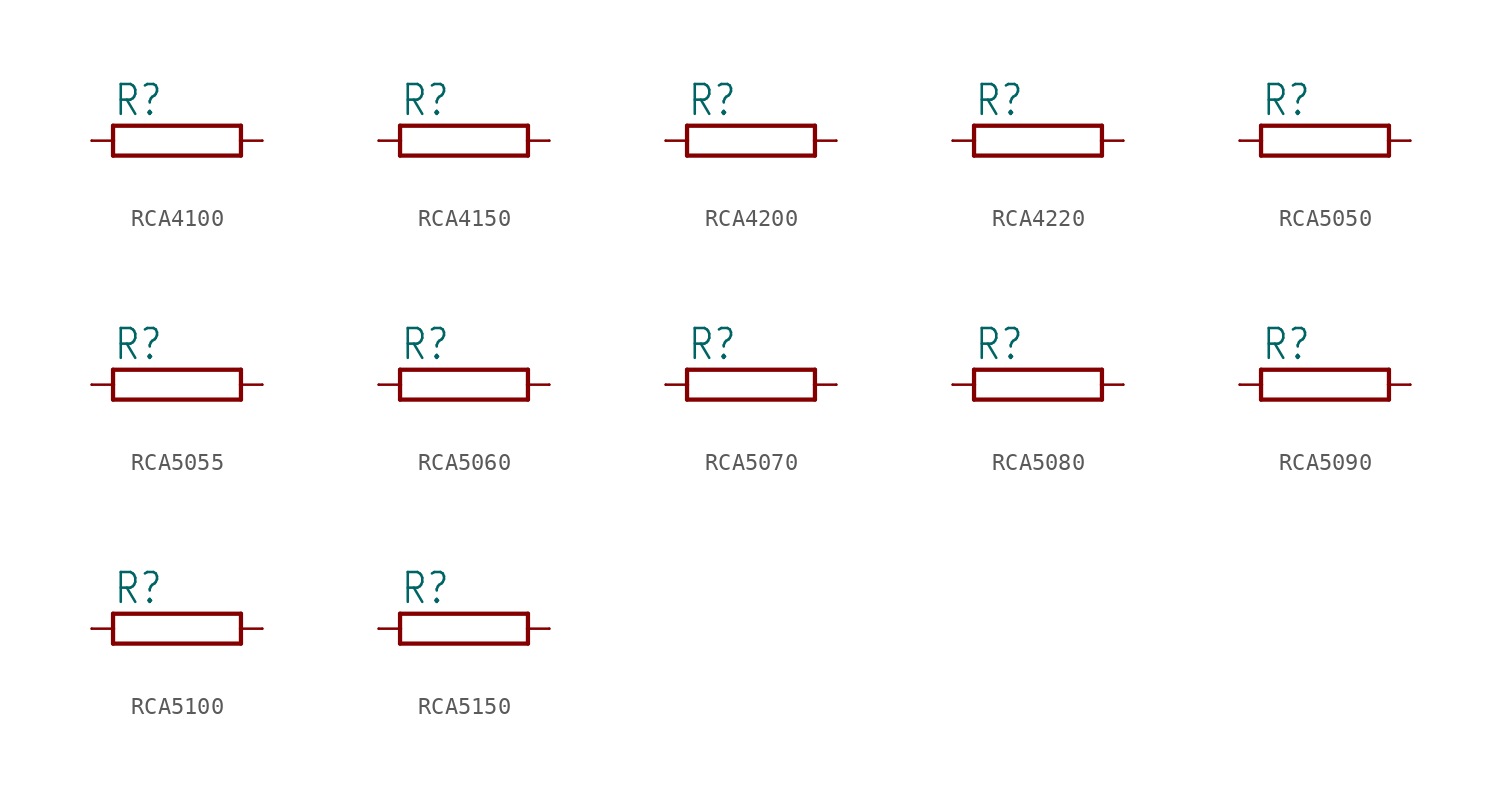
<source format=kicad_sym>
(kicad_symbol_lib
  (version 20220914)
  (generator kicad_symbol_editor)
  (symbol "RCA4100"
    (property "Reference" "R"
      (at -3.81 1.372 0)
      (effects (font (size 1.778 1.511)) (justify left bottom)))
    (property "Value" ""
      (at -3.81 -2.921 0)
      (effects (font (size 1.778 1.511)) (justify left bottom)))
    (property "ki_locked" ""
      (at 0 0 0)
      (effects (font (size 1.27 1.27))))
    (symbol "RCA4100_1_0"
      (polyline (pts (xy -5.08 0) (xy -3.81 0)) (stroke (width 0.152) (type solid)) (fill (type none)))
      (polyline (pts (xy -3.81 -0.889) (xy -3.81 0)) (stroke (width 0.254) (type solid)) (fill (type none)))
      (polyline (pts (xy -3.81 -0.889) (xy 3.81 -0.889)) (stroke (width 0.254) (type solid)) (fill (type none)))
      (polyline (pts (xy -3.81 0) (xy -3.81 0.889)) (stroke (width 0.254) (type solid)) (fill (type none)))
      (polyline (pts (xy 3.81 -0.889) (xy 3.81 0)) (stroke (width 0.254) (type solid)) (fill (type none)))
      (polyline (pts (xy 3.81 0) (xy 3.81 0.889)) (stroke (width 0.254) (type solid)) (fill (type none)))
      (polyline (pts (xy 3.81 0) (xy 5.08 0)) (stroke (width 0.152) (type solid)) (fill (type none)))
      (polyline (pts (xy 3.81 0.889) (xy -3.81 0.889)) (stroke (width 0.254) (type solid)) (fill (type none)))
      (pin passive line (at -5.08 0 0) (length 0) (name "1" (effects (font (size 0 0)))) (number "1" (effects (font (size 0 0)))))
      (pin passive line (at 5.08 0 180) (length 0) (name "2" (effects (font (size 0 0)))) (number "2" (effects (font (size 0 0)))))))
  (symbol "RCA4150"
    (property "Reference" "R"
      (at -3.81 1.372 0)
      (effects (font (size 1.778 1.511)) (justify left bottom)))
    (property "Value" ""
      (at -3.81 -2.921 0)
      (effects (font (size 1.778 1.511)) (justify left bottom)))
    (property "ki_locked" ""
      (at 0 0 0)
      (effects (font (size 1.27 1.27))))
    (symbol "RCA4150_1_0"
      (polyline (pts (xy -5.08 0) (xy -3.81 0)) (stroke (width 0.152) (type solid)) (fill (type none)))
      (polyline (pts (xy -3.81 -0.889) (xy -3.81 0)) (stroke (width 0.254) (type solid)) (fill (type none)))
      (polyline (pts (xy -3.81 -0.889) (xy 3.81 -0.889)) (stroke (width 0.254) (type solid)) (fill (type none)))
      (polyline (pts (xy -3.81 0) (xy -3.81 0.889)) (stroke (width 0.254) (type solid)) (fill (type none)))
      (polyline (pts (xy 3.81 -0.889) (xy 3.81 0)) (stroke (width 0.254) (type solid)) (fill (type none)))
      (polyline (pts (xy 3.81 0) (xy 3.81 0.889)) (stroke (width 0.254) (type solid)) (fill (type none)))
      (polyline (pts (xy 3.81 0) (xy 5.08 0)) (stroke (width 0.152) (type solid)) (fill (type none)))
      (polyline (pts (xy 3.81 0.889) (xy -3.81 0.889)) (stroke (width 0.254) (type solid)) (fill (type none)))
      (pin passive line (at -5.08 0 0) (length 0) (name "1" (effects (font (size 0 0)))) (number "1" (effects (font (size 0 0)))))
      (pin passive line (at 5.08 0 180) (length 0) (name "2" (effects (font (size 0 0)))) (number "2" (effects (font (size 0 0)))))))
  (symbol "RCA4200"
    (property "Reference" "R"
      (at -3.81 1.372 0)
      (effects (font (size 1.778 1.511)) (justify left bottom)))
    (property "Value" ""
      (at -3.81 -2.921 0)
      (effects (font (size 1.778 1.511)) (justify left bottom)))
    (property "ki_locked" ""
      (at 0 0 0)
      (effects (font (size 1.27 1.27))))
    (symbol "RCA4200_1_0"
      (polyline (pts (xy -5.08 0) (xy -3.81 0)) (stroke (width 0.152) (type solid)) (fill (type none)))
      (polyline (pts (xy -3.81 -0.889) (xy -3.81 0)) (stroke (width 0.254) (type solid)) (fill (type none)))
      (polyline (pts (xy -3.81 -0.889) (xy 3.81 -0.889)) (stroke (width 0.254) (type solid)) (fill (type none)))
      (polyline (pts (xy -3.81 0) (xy -3.81 0.889)) (stroke (width 0.254) (type solid)) (fill (type none)))
      (polyline (pts (xy 3.81 -0.889) (xy 3.81 0)) (stroke (width 0.254) (type solid)) (fill (type none)))
      (polyline (pts (xy 3.81 0) (xy 3.81 0.889)) (stroke (width 0.254) (type solid)) (fill (type none)))
      (polyline (pts (xy 3.81 0) (xy 5.08 0)) (stroke (width 0.152) (type solid)) (fill (type none)))
      (polyline (pts (xy 3.81 0.889) (xy -3.81 0.889)) (stroke (width 0.254) (type solid)) (fill (type none)))
      (pin passive line (at -5.08 0 0) (length 0) (name "1" (effects (font (size 0 0)))) (number "1" (effects (font (size 0 0)))))
      (pin passive line (at 5.08 0 180) (length 0) (name "2" (effects (font (size 0 0)))) (number "2" (effects (font (size 0 0)))))))
  (symbol "RCA4220"
    (property "Reference" "R"
      (at -3.81 1.372 0)
      (effects (font (size 1.778 1.511)) (justify left bottom)))
    (property "Value" ""
      (at -3.81 -2.921 0)
      (effects (font (size 1.778 1.511)) (justify left bottom)))
    (property "ki_locked" ""
      (at 0 0 0)
      (effects (font (size 1.27 1.27))))
    (symbol "RCA4220_1_0"
      (polyline (pts (xy -5.08 0) (xy -3.81 0)) (stroke (width 0.152) (type solid)) (fill (type none)))
      (polyline (pts (xy -3.81 -0.889) (xy -3.81 0)) (stroke (width 0.254) (type solid)) (fill (type none)))
      (polyline (pts (xy -3.81 -0.889) (xy 3.81 -0.889)) (stroke (width 0.254) (type solid)) (fill (type none)))
      (polyline (pts (xy -3.81 0) (xy -3.81 0.889)) (stroke (width 0.254) (type solid)) (fill (type none)))
      (polyline (pts (xy 3.81 -0.889) (xy 3.81 0)) (stroke (width 0.254) (type solid)) (fill (type none)))
      (polyline (pts (xy 3.81 0) (xy 3.81 0.889)) (stroke (width 0.254) (type solid)) (fill (type none)))
      (polyline (pts (xy 3.81 0) (xy 5.08 0)) (stroke (width 0.152) (type solid)) (fill (type none)))
      (polyline (pts (xy 3.81 0.889) (xy -3.81 0.889)) (stroke (width 0.254) (type solid)) (fill (type none)))
      (pin passive line (at -5.08 0 0) (length 0) (name "1" (effects (font (size 0 0)))) (number "1" (effects (font (size 0 0)))))
      (pin passive line (at 5.08 0 180) (length 0) (name "2" (effects (font (size 0 0)))) (number "2" (effects (font (size 0 0)))))))
  (symbol "RCA5050"
    (property "Reference" "R"
      (at -3.81 1.372 0)
      (effects (font (size 1.778 1.511)) (justify left bottom)))
    (property "Value" ""
      (at -3.81 -2.921 0)
      (effects (font (size 1.778 1.511)) (justify left bottom)))
    (property "ki_locked" ""
      (at 0 0 0)
      (effects (font (size 1.27 1.27))))
    (symbol "RCA5050_1_0"
      (polyline (pts (xy -5.08 0) (xy -3.81 0)) (stroke (width 0.152) (type solid)) (fill (type none)))
      (polyline (pts (xy -3.81 -0.889) (xy -3.81 0)) (stroke (width 0.254) (type solid)) (fill (type none)))
      (polyline (pts (xy -3.81 -0.889) (xy 3.81 -0.889)) (stroke (width 0.254) (type solid)) (fill (type none)))
      (polyline (pts (xy -3.81 0) (xy -3.81 0.889)) (stroke (width 0.254) (type solid)) (fill (type none)))
      (polyline (pts (xy 3.81 -0.889) (xy 3.81 0)) (stroke (width 0.254) (type solid)) (fill (type none)))
      (polyline (pts (xy 3.81 0) (xy 3.81 0.889)) (stroke (width 0.254) (type solid)) (fill (type none)))
      (polyline (pts (xy 3.81 0) (xy 5.08 0)) (stroke (width 0.152) (type solid)) (fill (type none)))
      (polyline (pts (xy 3.81 0.889) (xy -3.81 0.889)) (stroke (width 0.254) (type solid)) (fill (type none)))
      (pin passive line (at -5.08 0 0) (length 0) (name "1" (effects (font (size 0 0)))) (number "1" (effects (font (size 0 0)))))
      (pin passive line (at 5.08 0 180) (length 0) (name "2" (effects (font (size 0 0)))) (number "2" (effects (font (size 0 0)))))))
  (symbol "RCA5055"
    (property "Reference" "R"
      (at -3.81 1.372 0)
      (effects (font (size 1.778 1.511)) (justify left bottom)))
    (property "Value" ""
      (at -3.81 -2.921 0)
      (effects (font (size 1.778 1.511)) (justify left bottom)))
    (property "ki_locked" ""
      (at 0 0 0)
      (effects (font (size 1.27 1.27))))
    (symbol "RCA5055_1_0"
      (polyline (pts (xy -5.08 0) (xy -3.81 0)) (stroke (width 0.152) (type solid)) (fill (type none)))
      (polyline (pts (xy -3.81 -0.889) (xy -3.81 0)) (stroke (width 0.254) (type solid)) (fill (type none)))
      (polyline (pts (xy -3.81 -0.889) (xy 3.81 -0.889)) (stroke (width 0.254) (type solid)) (fill (type none)))
      (polyline (pts (xy -3.81 0) (xy -3.81 0.889)) (stroke (width 0.254) (type solid)) (fill (type none)))
      (polyline (pts (xy 3.81 -0.889) (xy 3.81 0)) (stroke (width 0.254) (type solid)) (fill (type none)))
      (polyline (pts (xy 3.81 0) (xy 3.81 0.889)) (stroke (width 0.254) (type solid)) (fill (type none)))
      (polyline (pts (xy 3.81 0) (xy 5.08 0)) (stroke (width 0.152) (type solid)) (fill (type none)))
      (polyline (pts (xy 3.81 0.889) (xy -3.81 0.889)) (stroke (width 0.254) (type solid)) (fill (type none)))
      (pin passive line (at -5.08 0 0) (length 0) (name "1" (effects (font (size 0 0)))) (number "1" (effects (font (size 0 0)))))
      (pin passive line (at 5.08 0 180) (length 0) (name "2" (effects (font (size 0 0)))) (number "2" (effects (font (size 0 0)))))))
  (symbol "RCA5060"
    (property "Reference" "R"
      (at -3.81 1.372 0)
      (effects (font (size 1.778 1.511)) (justify left bottom)))
    (property "Value" ""
      (at -3.81 -2.921 0)
      (effects (font (size 1.778 1.511)) (justify left bottom)))
    (property "ki_locked" ""
      (at 0 0 0)
      (effects (font (size 1.27 1.27))))
    (symbol "RCA5060_1_0"
      (polyline (pts (xy -5.08 0) (xy -3.81 0)) (stroke (width 0.152) (type solid)) (fill (type none)))
      (polyline (pts (xy -3.81 -0.889) (xy -3.81 0)) (stroke (width 0.254) (type solid)) (fill (type none)))
      (polyline (pts (xy -3.81 -0.889) (xy 3.81 -0.889)) (stroke (width 0.254) (type solid)) (fill (type none)))
      (polyline (pts (xy -3.81 0) (xy -3.81 0.889)) (stroke (width 0.254) (type solid)) (fill (type none)))
      (polyline (pts (xy 3.81 -0.889) (xy 3.81 0)) (stroke (width 0.254) (type solid)) (fill (type none)))
      (polyline (pts (xy 3.81 0) (xy 3.81 0.889)) (stroke (width 0.254) (type solid)) (fill (type none)))
      (polyline (pts (xy 3.81 0) (xy 5.08 0)) (stroke (width 0.152) (type solid)) (fill (type none)))
      (polyline (pts (xy 3.81 0.889) (xy -3.81 0.889)) (stroke (width 0.254) (type solid)) (fill (type none)))
      (pin passive line (at -5.08 0 0) (length 0) (name "1" (effects (font (size 0 0)))) (number "1" (effects (font (size 0 0)))))
      (pin passive line (at 5.08 0 180) (length 0) (name "2" (effects (font (size 0 0)))) (number "2" (effects (font (size 0 0)))))))
  (symbol "RCA5070"
    (property "Reference" "R"
      (at -3.81 1.372 0)
      (effects (font (size 1.778 1.511)) (justify left bottom)))
    (property "Value" ""
      (at -3.81 -2.921 0)
      (effects (font (size 1.778 1.511)) (justify left bottom)))
    (property "ki_locked" ""
      (at 0 0 0)
      (effects (font (size 1.27 1.27))))
    (symbol "RCA5070_1_0"
      (polyline (pts (xy -5.08 0) (xy -3.81 0)) (stroke (width 0.152) (type solid)) (fill (type none)))
      (polyline (pts (xy -3.81 -0.889) (xy -3.81 0)) (stroke (width 0.254) (type solid)) (fill (type none)))
      (polyline (pts (xy -3.81 -0.889) (xy 3.81 -0.889)) (stroke (width 0.254) (type solid)) (fill (type none)))
      (polyline (pts (xy -3.81 0) (xy -3.81 0.889)) (stroke (width 0.254) (type solid)) (fill (type none)))
      (polyline (pts (xy 3.81 -0.889) (xy 3.81 0)) (stroke (width 0.254) (type solid)) (fill (type none)))
      (polyline (pts (xy 3.81 0) (xy 3.81 0.889)) (stroke (width 0.254) (type solid)) (fill (type none)))
      (polyline (pts (xy 3.81 0) (xy 5.08 0)) (stroke (width 0.152) (type solid)) (fill (type none)))
      (polyline (pts (xy 3.81 0.889) (xy -3.81 0.889)) (stroke (width 0.254) (type solid)) (fill (type none)))
      (pin passive line (at -5.08 0 0) (length 0) (name "1" (effects (font (size 0 0)))) (number "1" (effects (font (size 0 0)))))
      (pin passive line (at 5.08 0 180) (length 0) (name "2" (effects (font (size 0 0)))) (number "2" (effects (font (size 0 0)))))))
  (symbol "RCA5080"
    (property "Reference" "R"
      (at -3.81 1.372 0)
      (effects (font (size 1.778 1.511)) (justify left bottom)))
    (property "Value" ""
      (at -3.81 -2.921 0)
      (effects (font (size 1.778 1.511)) (justify left bottom)))
    (property "ki_locked" ""
      (at 0 0 0)
      (effects (font (size 1.27 1.27))))
    (symbol "RCA5080_1_0"
      (polyline (pts (xy -5.08 0) (xy -3.81 0)) (stroke (width 0.152) (type solid)) (fill (type none)))
      (polyline (pts (xy -3.81 -0.889) (xy -3.81 0)) (stroke (width 0.254) (type solid)) (fill (type none)))
      (polyline (pts (xy -3.81 -0.889) (xy 3.81 -0.889)) (stroke (width 0.254) (type solid)) (fill (type none)))
      (polyline (pts (xy -3.81 0) (xy -3.81 0.889)) (stroke (width 0.254) (type solid)) (fill (type none)))
      (polyline (pts (xy 3.81 -0.889) (xy 3.81 0)) (stroke (width 0.254) (type solid)) (fill (type none)))
      (polyline (pts (xy 3.81 0) (xy 3.81 0.889)) (stroke (width 0.254) (type solid)) (fill (type none)))
      (polyline (pts (xy 3.81 0) (xy 5.08 0)) (stroke (width 0.152) (type solid)) (fill (type none)))
      (polyline (pts (xy 3.81 0.889) (xy -3.81 0.889)) (stroke (width 0.254) (type solid)) (fill (type none)))
      (pin passive line (at -5.08 0 0) (length 0) (name "1" (effects (font (size 0 0)))) (number "1" (effects (font (size 0 0)))))
      (pin passive line (at 5.08 0 180) (length 0) (name "2" (effects (font (size 0 0)))) (number "2" (effects (font (size 0 0)))))))
  (symbol "RCA5090"
    (property "Reference" "R"
      (at -3.81 1.372 0)
      (effects (font (size 1.778 1.511)) (justify left bottom)))
    (property "Value" ""
      (at -3.81 -2.921 0)
      (effects (font (size 1.778 1.511)) (justify left bottom)))
    (property "ki_locked" ""
      (at 0 0 0)
      (effects (font (size 1.27 1.27))))
    (symbol "RCA5090_1_0"
      (polyline (pts (xy -5.08 0) (xy -3.81 0)) (stroke (width 0.152) (type solid)) (fill (type none)))
      (polyline (pts (xy -3.81 -0.889) (xy -3.81 0)) (stroke (width 0.254) (type solid)) (fill (type none)))
      (polyline (pts (xy -3.81 -0.889) (xy 3.81 -0.889)) (stroke (width 0.254) (type solid)) (fill (type none)))
      (polyline (pts (xy -3.81 0) (xy -3.81 0.889)) (stroke (width 0.254) (type solid)) (fill (type none)))
      (polyline (pts (xy 3.81 -0.889) (xy 3.81 0)) (stroke (width 0.254) (type solid)) (fill (type none)))
      (polyline (pts (xy 3.81 0) (xy 3.81 0.889)) (stroke (width 0.254) (type solid)) (fill (type none)))
      (polyline (pts (xy 3.81 0) (xy 5.08 0)) (stroke (width 0.152) (type solid)) (fill (type none)))
      (polyline (pts (xy 3.81 0.889) (xy -3.81 0.889)) (stroke (width 0.254) (type solid)) (fill (type none)))
      (pin passive line (at -5.08 0 0) (length 0) (name "1" (effects (font (size 0 0)))) (number "1" (effects (font (size 0 0)))))
      (pin passive line (at 5.08 0 180) (length 0) (name "2" (effects (font (size 0 0)))) (number "2" (effects (font (size 0 0)))))))
  (symbol "RCA5100"
    (property "Reference" "R"
      (at -3.81 1.372 0)
      (effects (font (size 1.778 1.511)) (justify left bottom)))
    (property "Value" ""
      (at -3.81 -2.921 0)
      (effects (font (size 1.778 1.511)) (justify left bottom)))
    (property "ki_locked" ""
      (at 0 0 0)
      (effects (font (size 1.27 1.27))))
    (symbol "RCA5100_1_0"
      (polyline (pts (xy -5.08 0) (xy -3.81 0)) (stroke (width 0.152) (type solid)) (fill (type none)))
      (polyline (pts (xy -3.81 -0.889) (xy -3.81 0)) (stroke (width 0.254) (type solid)) (fill (type none)))
      (polyline (pts (xy -3.81 -0.889) (xy 3.81 -0.889)) (stroke (width 0.254) (type solid)) (fill (type none)))
      (polyline (pts (xy -3.81 0) (xy -3.81 0.889)) (stroke (width 0.254) (type solid)) (fill (type none)))
      (polyline (pts (xy 3.81 -0.889) (xy 3.81 0)) (stroke (width 0.254) (type solid)) (fill (type none)))
      (polyline (pts (xy 3.81 0) (xy 3.81 0.889)) (stroke (width 0.254) (type solid)) (fill (type none)))
      (polyline (pts (xy 3.81 0) (xy 5.08 0)) (stroke (width 0.152) (type solid)) (fill (type none)))
      (polyline (pts (xy 3.81 0.889) (xy -3.81 0.889)) (stroke (width 0.254) (type solid)) (fill (type none)))
      (pin passive line (at -5.08 0 0) (length 0) (name "1" (effects (font (size 0 0)))) (number "1" (effects (font (size 0 0)))))
      (pin passive line (at 5.08 0 180) (length 0) (name "2" (effects (font (size 0 0)))) (number "2" (effects (font (size 0 0)))))))
  (symbol "RCA5150"
    (property "Reference" "R"
      (at -3.81 1.372 0)
      (effects (font (size 1.778 1.511)) (justify left bottom)))
    (property "Value" ""
      (at -3.81 -2.921 0)
      (effects (font (size 1.778 1.511)) (justify left bottom)))
    (property "ki_locked" ""
      (at 0 0 0)
      (effects (font (size 1.27 1.27))))
    (symbol "RCA5150_1_0"
      (polyline (pts (xy -5.08 0) (xy -3.81 0)) (stroke (width 0.152) (type solid)) (fill (type none)))
      (polyline (pts (xy -3.81 -0.889) (xy -3.81 0)) (stroke (width 0.254) (type solid)) (fill (type none)))
      (polyline (pts (xy -3.81 -0.889) (xy 3.81 -0.889)) (stroke (width 0.254) (type solid)) (fill (type none)))
      (polyline (pts (xy -3.81 0) (xy -3.81 0.889)) (stroke (width 0.254) (type solid)) (fill (type none)))
      (polyline (pts (xy 3.81 -0.889) (xy 3.81 0)) (stroke (width 0.254) (type solid)) (fill (type none)))
      (polyline (pts (xy 3.81 0) (xy 3.81 0.889)) (stroke (width 0.254) (type solid)) (fill (type none)))
      (polyline (pts (xy 3.81 0) (xy 5.08 0)) (stroke (width 0.152) (type solid)) (fill (type none)))
      (polyline (pts (xy 3.81 0.889) (xy -3.81 0.889)) (stroke (width 0.254) (type solid)) (fill (type none)))
      (pin passive line (at -5.08 0 0) (length 0) (name "1" (effects (font (size 0 0)))) (number "1" (effects (font (size 0 0)))))
      (pin passive line (at 5.08 0 180) (length 0) (name "2" (effects (font (size 0 0)))) (number "2" (effects (font (size 0 0))))))))
</source>
